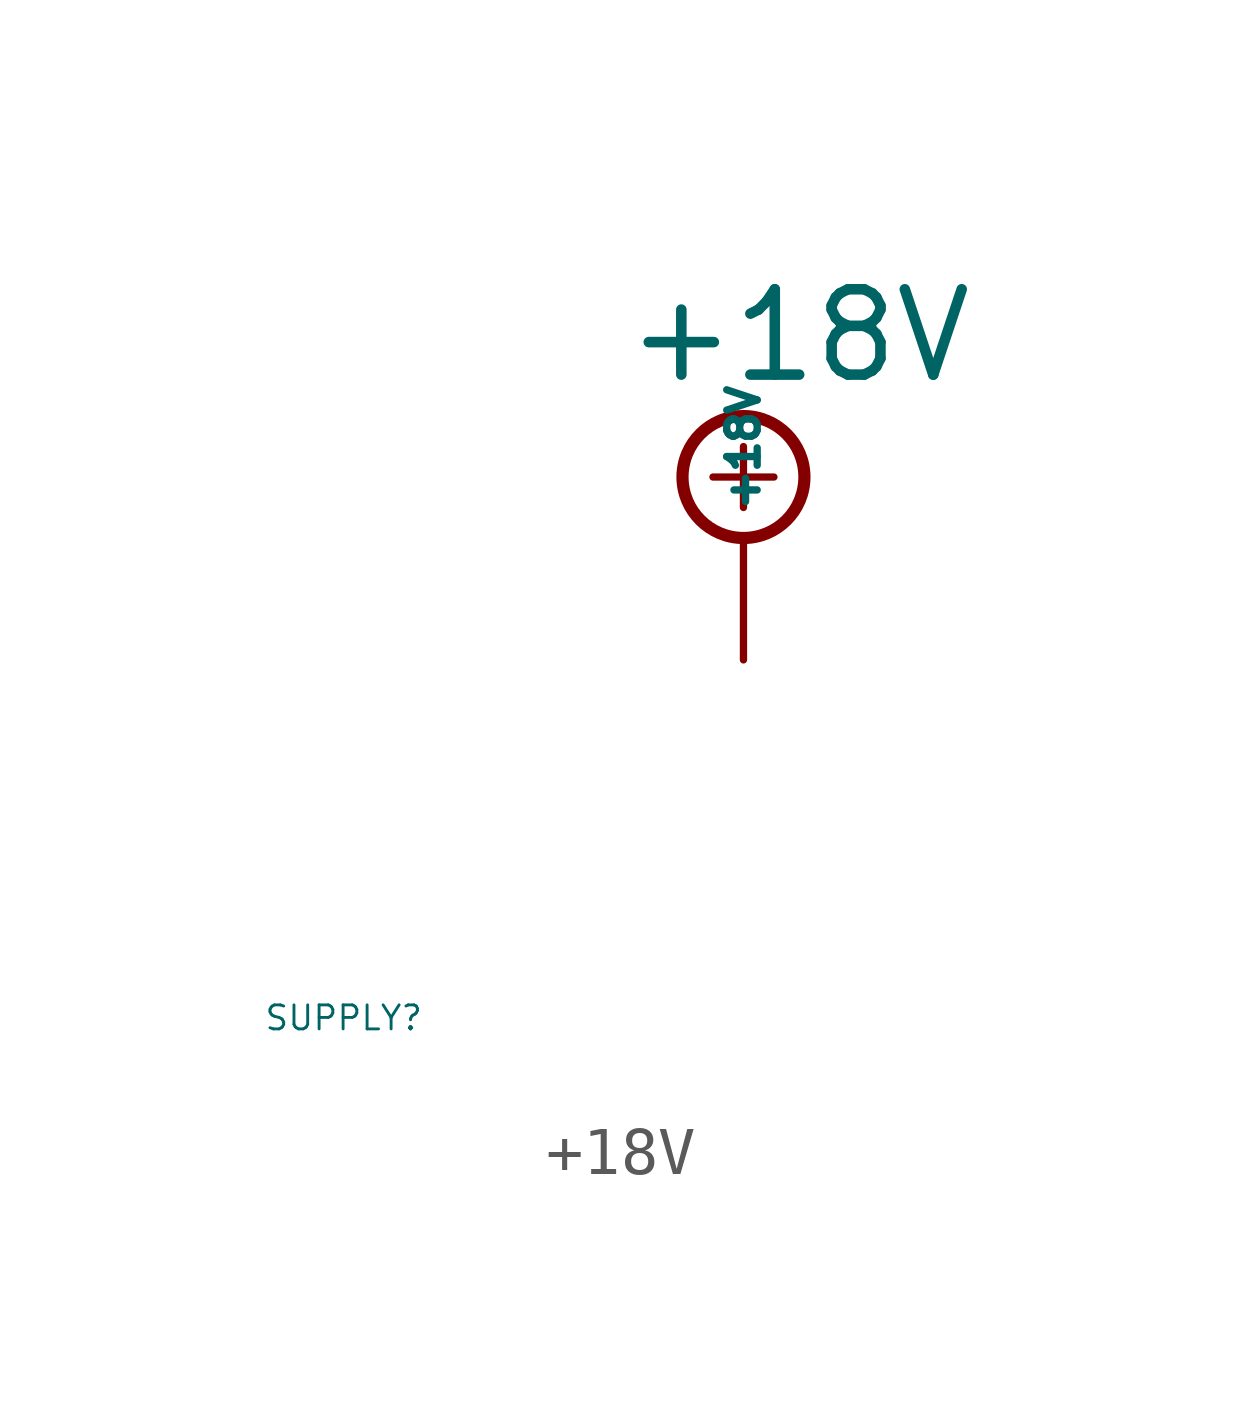
<source format=kicad_sym>
(kicad_symbol_lib
  (version 20220914)
  (generator Eagle2Kicad)
  (symbol "+18V"
    (property "Reference" "SUPPLY"
      (at -10 -10 0)
      (effects (font (size 0.5 0.5) (thickness 0.06)) (justify left)))
    (property "Value" "+18V"
      (at -2.54 3.175 0)
      (effects (font (size 1.778 1.778) (thickness 0.22)) (justify left bottom)))
    (polyline
      (pts (xy 0 1.905) (xy 0 0.635))
      (stroke (width 0.152) (type default))
      (fill (type none)))
    (polyline
      (pts (xy -0.635 1.27) (xy 0.635 1.27))
      (stroke (width 0.152) (type default))
      (fill (type none)))
    (circle
      (center 0 1.27)
      (radius 1.27)
      (stroke (width 0.254) (type default))
      (fill (type none)))
    (pin unspecified line
      (at 0 -2.54 90)
      (length 2.54)
      (name "+18V" (effects (font (size 0.635 0.635) (thickness 0.08)) (justify left bottom)))
      (number "" (effects (font (size 0.635 0.635) (thickness 0.08)) (justify left bottom))))))
</source>
